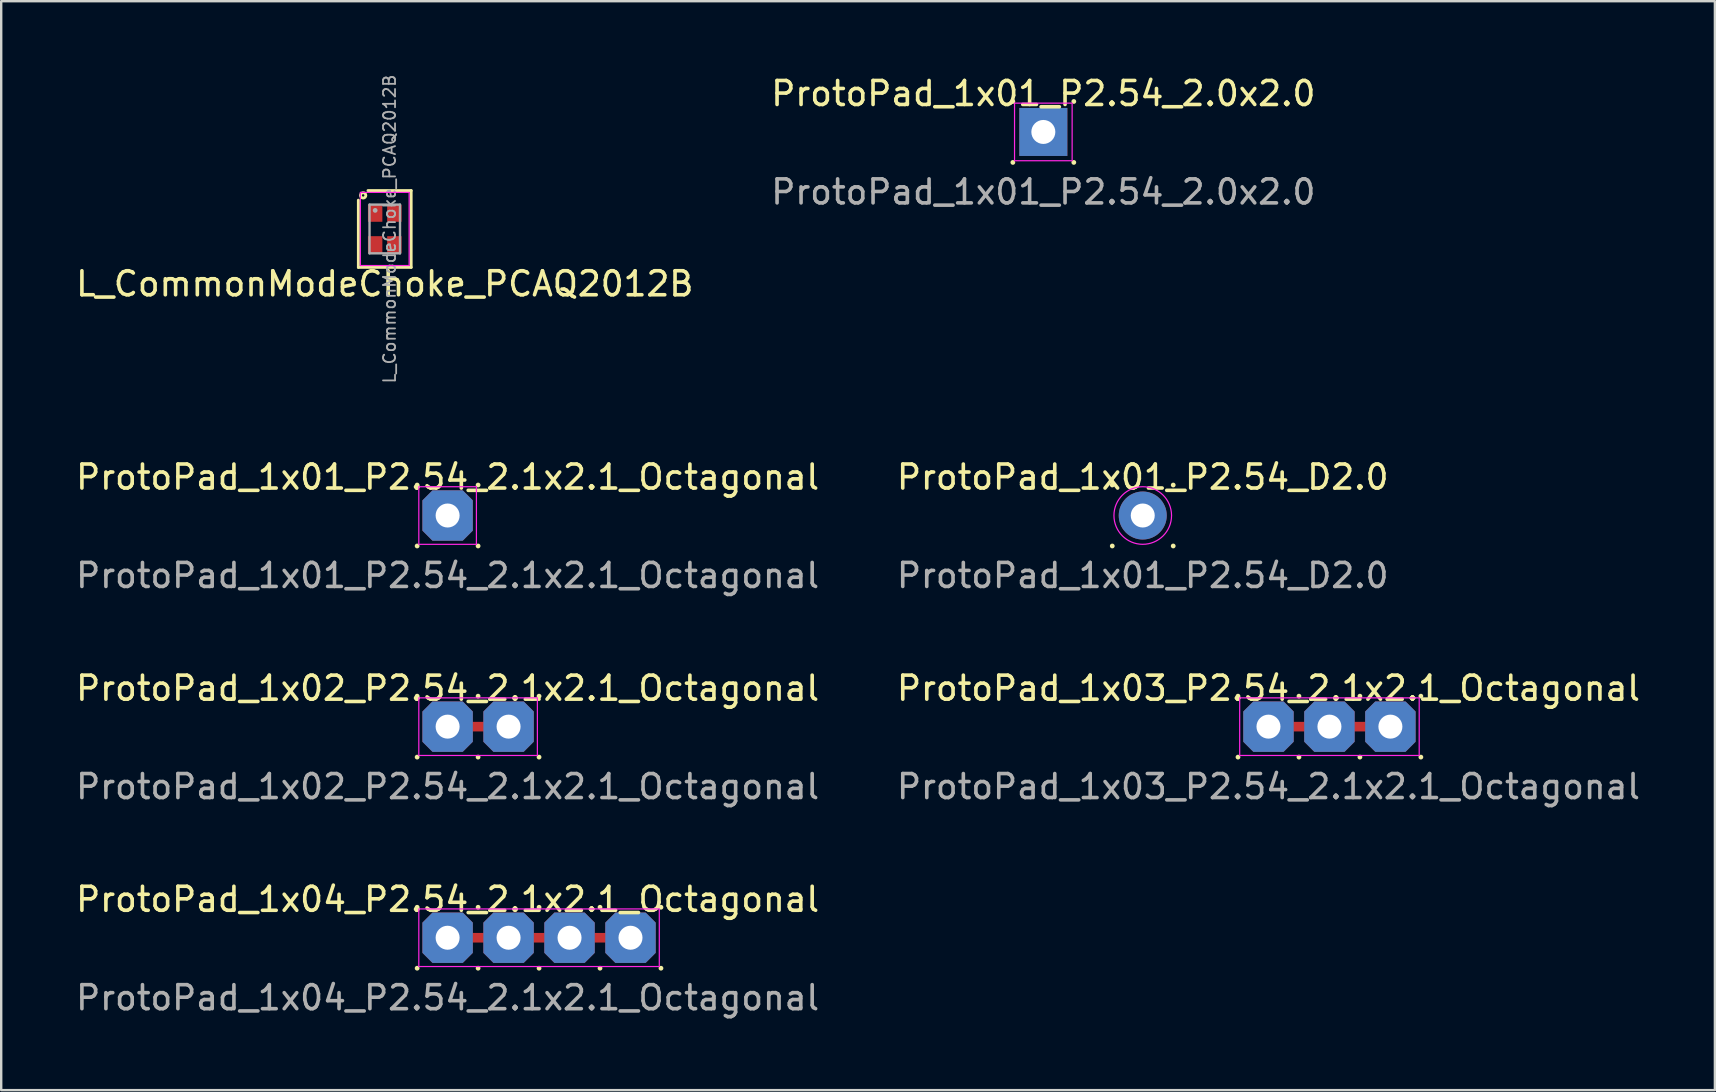
<source format=kicad_pcb>
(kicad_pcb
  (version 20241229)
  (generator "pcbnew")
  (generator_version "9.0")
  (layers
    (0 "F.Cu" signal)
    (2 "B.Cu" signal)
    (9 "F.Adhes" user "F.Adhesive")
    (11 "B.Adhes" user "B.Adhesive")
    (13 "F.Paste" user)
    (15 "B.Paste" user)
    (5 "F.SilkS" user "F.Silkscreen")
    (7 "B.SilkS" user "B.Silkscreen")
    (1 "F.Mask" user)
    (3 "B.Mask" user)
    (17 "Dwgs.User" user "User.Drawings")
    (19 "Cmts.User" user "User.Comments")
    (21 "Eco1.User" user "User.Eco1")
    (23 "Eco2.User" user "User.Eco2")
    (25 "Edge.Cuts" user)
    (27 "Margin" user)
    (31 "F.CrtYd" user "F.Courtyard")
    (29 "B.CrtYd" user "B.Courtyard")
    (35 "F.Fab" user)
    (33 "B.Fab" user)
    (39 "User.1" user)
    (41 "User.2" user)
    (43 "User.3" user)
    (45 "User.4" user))
  (footprint "ProtoPad_1x04_P2.54_2.1x2.1_Octagonal"
    (layer "F.Cu")
    (at 15.601 36.023)
    (property "Reference" "ProtoPad_1x04_P2.54_2.1x2.1_Octagonal" (at 0 -1.6 0) (unlocked yes) (layer "F.SilkS") (effects (font (size 1 1) (thickness 0.15))))
    (attr through_hole exclude_from_pos_files exclude_from_bom)
    (fp_circle (center -1.27 -1.27) (end -1.22 -1.27) (stroke (width 0.1) (type default)) (fill no) (layer "F.SilkS"))
    (fp_circle (center -1.27 1.27) (end -1.22 1.27) (stroke (width 0.1) (type default)) (fill no) (layer "F.SilkS"))
    (fp_circle (center 1.27 -1.27) (end 1.32 -1.27) (stroke (width 0.1) (type default)) (fill no) (layer "F.SilkS"))
    (fp_circle (center 1.27 1.27) (end 1.32 1.27) (stroke (width 0.1) (type default)) (fill no) (layer "F.SilkS"))
    (fp_circle (center 3.81 -1.27) (end 3.86 -1.27) (stroke (width 0.1) (type default)) (fill no) (layer "F.SilkS"))
    (fp_circle (center 3.81 1.27) (end 3.86 1.27) (stroke (width 0.1) (type default)) (fill no) (layer "F.SilkS"))
    (fp_circle (center 6.35 -1.27) (end 6.4 -1.27) (stroke (width 0.1) (type default)) (fill no) (layer "F.SilkS"))
    (fp_circle (center 6.35 1.27) (end 6.4 1.27) (stroke (width 0.1) (type default)) (fill no) (layer "F.SilkS"))
    (fp_circle (center 8.89 -1.27) (end 8.94 -1.27) (stroke (width 0.1) (type default)) (fill no) (layer "F.SilkS"))
    (fp_circle (center 8.89 1.27) (end 8.94 1.27) (stroke (width 0.1) (type default)) (fill no) (layer "F.SilkS"))
    (fp_rect (start -1.2 -1.2) (end 8.82 1.2) (stroke (width 0.05) (type default)) (fill no) (layer "F.CrtYd"))
    (fp_text user "${REFERENCE}" (at 0 2.5 0) (unlocked yes) (layer "F.Fab") (effects (font (size 1 1) (thickness 0.15))))
    (pad "1" thru_hole roundrect (at 0 0) (size 2.1 2.1) (drill 1) (layers "*.Cu" "*.Mask") (roundrect_rratio 0) (chamfer_ratio 0.2) (chamfer top_left top_right bottom_left bottom_right))
    (pad "1" smd rect (at 1.27 0) (size 0.8 0.4) (layers "F.Cu" "F.Mask" "F.Paste"))
    (pad "1" thru_hole roundrect (at 2.54 0) (size 2.1 2.1) (drill 1) (layers "*.Cu" "*.Mask") (roundrect_rratio 0) (chamfer_ratio 0.2) (chamfer top_left top_right bottom_left bottom_right))
    (pad "1" smd rect (at 3.81 0) (size 0.8 0.4) (layers "F.Cu" "F.Mask" "F.Paste"))
    (pad "1" thru_hole roundrect (at 5.08 0) (size 2.1 2.1) (drill 1) (layers "*.Cu" "*.Mask") (roundrect_rratio 0) (chamfer_ratio 0.2) (chamfer top_left top_right bottom_left bottom_right))
    (pad "1" smd rect (at 6.35 0) (size 0.8 0.4) (layers "F.Cu" "F.Mask" "F.Paste"))
    (pad "1" thru_hole roundrect (at 7.62 0) (size 2.1 2.1) (drill 1) (layers "*.Cu" "*.Mask") (roundrect_rratio 0) (chamfer_ratio 0.2) (chamfer top_left top_right bottom_left bottom_right))
    (zone (net_name "") (layers "F.Cu" "B.Cu" "F.Adhes") (hatch edge 0.5) (connect_pads) (min_thickness 0.25) (filled_areas_thickness no) (keepout (tracks allowed) (vias allowed) (pads allowed) (copperpour not_allowed) (footprints allowed)) (placement (enabled no)) (fill) (polygon (pts (xy 14.401 34.823) (xy 14.401 37.223) (xy 24.461 37.223) (xy 24.461 34.823)))))
  (footprint "L_CommonModeChoke_PCAQ2012B"
    (layer "F.Cu")
    (at 12.982 6.491)
    (property "Reference" "L_CommonModeChoke_PCAQ2012B" (at 0 2.286 0) (layer "F.SilkS") (effects (font (size 1 1) (thickness 0.15))))
    (attr smd)
    (fp_line (start -1.1 -1.2) (end -1.1 1.6) (stroke (width 0.12) (type solid)) (layer "F.SilkS"))
    (fp_line (start -1.1 1.6) (end 1.1 1.6) (stroke (width 0.12) (type solid)) (layer "F.SilkS"))
    (fp_line (start 1.1 -1.6) (end -0.7 -1.6) (stroke (width 0.12) (type solid)) (layer "F.SilkS"))
    (fp_line (start 1.1 1.6) (end 1.1 -1.6) (stroke (width 0.12) (type solid)) (layer "F.SilkS"))
    (fp_circle (center -0.9 -1.4) (end -0.849 -1.4) (stroke (width 0.12) (type solid)) (fill no) (layer "F.SilkS"))
    (fp_line (start -1.016 -1.524) (end 1.016 -1.524) (stroke (width 0.05) (type solid)) (layer "F.CrtYd"))
    (fp_line (start -1.016 1.524) (end -1.016 -1.524) (stroke (width 0.05) (type solid)) (layer "F.CrtYd"))
    (fp_line (start -1.016 1.524) (end 1.016 1.524) (stroke (width 0.05) (type solid)) (layer "F.CrtYd"))
    (fp_line (start 1.016 1.524) (end 1.016 -1.524) (stroke (width 0.05) (type solid)) (layer "F.CrtYd"))
    (fp_line (start -0.635 -1.015) (end -0.635 1.015) (stroke (width 0.1) (type solid)) (layer "F.Fab"))
    (fp_line (start -0.635 -1.015) (end 0.635 -1.015) (stroke (width 0.1) (type solid)) (layer "F.Fab"))
    (fp_line (start -0.635 1.015) (end 0.635 1.015) (stroke (width 0.1) (type solid)) (layer "F.Fab"))
    (fp_line (start 0.635 -1.015) (end 0.635 1.015) (stroke (width 0.1) (type solid)) (layer "F.Fab"))
    (fp_circle (center -0.4 -0.775) (end -0.35 -0.775) (stroke (width 0.1) (type solid)) (fill no) (layer "F.Fab"))
    (fp_text user "${REFERENCE}" (at 0.2 0 90) (layer "F.Fab") (effects (font (size 0.5 0.5) (thickness 0.075))))
    (pad "1" smd rect (at -0.4 -0.65) (size 0.6 0.7) (layers "F.Cu" "F.Mask" "F.Paste"))
    (pad "2" smd rect (at -0.4 0.65) (size 0.6 0.7) (layers "F.Cu" "F.Mask" "F.Paste"))
    (pad "3" smd rect (at 0.4 0.65) (size 0.6 0.7) (layers "F.Cu" "F.Mask" "F.Paste"))
    (pad "4" smd rect (at 0.4 -0.65) (size 0.6 0.7) (layers "F.Cu" "F.Mask" "F.Paste")))
  (footprint "ProtoPad_1x01_P2.54_2.1x2.1_Octagonal"
    (layer "F.Cu")
    (at 15.601 18.43)
    (property "Reference" "ProtoPad_1x01_P2.54_2.1x2.1_Octagonal" (at 0 -1.6 0) (unlocked yes) (layer "F.SilkS") (effects (font (size 1 1) (thickness 0.15))))
    (attr through_hole exclude_from_pos_files exclude_from_bom)
    (fp_circle (center -1.27 -1.27) (end -1.22 -1.27) (stroke (width 0.1) (type default)) (fill no) (layer "F.SilkS"))
    (fp_circle (center -1.27 1.27) (end -1.22 1.27) (stroke (width 0.1) (type default)) (fill no) (layer "F.SilkS"))
    (fp_circle (center 1.27 -1.27) (end 1.32 -1.27) (stroke (width 0.1) (type default)) (fill no) (layer "F.SilkS"))
    (fp_circle (center 1.27 1.27) (end 1.32 1.27) (stroke (width 0.1) (type default)) (fill no) (layer "F.SilkS"))
    (fp_rect (start -1.2 -1.2) (end 1.2 1.2) (stroke (width 0.05) (type default)) (fill no) (layer "F.CrtYd"))
    (fp_text user "${REFERENCE}" (at 0 2.5 0) (unlocked yes) (layer "F.Fab") (effects (font (size 1 1) (thickness 0.15))))
    (pad "1" thru_hole roundrect (at 0 0) (size 2.1 2.1) (drill 1) (layers "*.Cu" "*.Mask") (roundrect_rratio 0) (chamfer_ratio 0.2) (chamfer top_left top_right bottom_left bottom_right))
    (zone (net_name "") (layers "F.Cu" "B.Cu" "F.Adhes") (hatch edge 0.5) (connect_pads) (min_thickness 0.25) (filled_areas_thickness no) (keepout (tracks allowed) (vias allowed) (pads allowed) (copperpour not_allowed) (footprints allowed)) (placement (enabled no)) (fill) (polygon (pts (xy 14.401 17.23) (xy 16.801 17.23) (xy 16.801 19.63) (xy 14.401 19.63)))))
  (footprint "ProtoPad_1x02_P2.54_2.1x2.1_Octagonal"
    (layer "F.Cu")
    (at 15.601 27.227)
    (property "Reference" "ProtoPad_1x02_P2.54_2.1x2.1_Octagonal" (at 0 -1.6 0) (unlocked yes) (layer "F.SilkS") (effects (font (size 1 1) (thickness 0.15))))
    (attr through_hole exclude_from_pos_files exclude_from_bom)
    (fp_circle (center -1.27 -1.27) (end -1.22 -1.27) (stroke (width 0.1) (type default)) (fill no) (layer "F.SilkS"))
    (fp_circle (center -1.27 1.27) (end -1.22 1.27) (stroke (width 0.1) (type default)) (fill no) (layer "F.SilkS"))
    (fp_circle (center 1.27 -1.27) (end 1.32 -1.27) (stroke (width 0.1) (type default)) (fill no) (layer "F.SilkS"))
    (fp_circle (center 1.27 1.27) (end 1.32 1.27) (stroke (width 0.1) (type default)) (fill no) (layer "F.SilkS"))
    (fp_circle (center 3.81 -1.27) (end 3.86 -1.27) (stroke (width 0.1) (type default)) (fill no) (layer "F.SilkS"))
    (fp_circle (center 3.81 1.27) (end 3.86 1.27) (stroke (width 0.1) (type default)) (fill no) (layer "F.SilkS"))
    (fp_rect (start -1.2 -1.2) (end 3.74 1.2) (stroke (width 0.05) (type default)) (fill no) (layer "F.CrtYd"))
    (fp_text user "${REFERENCE}" (at 0 2.5 0) (unlocked yes) (layer "F.Fab") (effects (font (size 1 1) (thickness 0.15))))
    (pad "1" thru_hole roundrect (at 0 0 90) (size 2.1 2.1) (drill 1) (layers "*.Cu" "*.Mask") (roundrect_rratio 0) (chamfer_ratio 0.2) (chamfer top_left top_right bottom_left bottom_right))
    (pad "1" smd rect (at 1.27 0) (size 0.8 0.4) (layers "F.Cu" "F.Mask" "F.Paste"))
    (pad "1" thru_hole roundrect (at 2.54 0) (size 2.1 2.1) (drill 1) (layers "*.Cu" "*.Mask") (roundrect_rratio 0) (chamfer_ratio 0.2) (chamfer top_left top_right bottom_left bottom_right))
    (zone (net_name "") (layers "F.Cu" "B.Cu" "F.Adhes") (hatch edge 0.5) (connect_pads) (min_thickness 0.25) (filled_areas_thickness no) (keepout (tracks allowed) (vias allowed) (pads allowed) (copperpour not_allowed) (footprints allowed)) (placement (enabled no)) (fill) (polygon (pts (xy 14.401 26.027) (xy 19.401 26.027) (xy 19.401 28.427) (xy 14.401 28.427)))))
  (footprint "ProtoPad_1x03_P2.54_2.1x2.1_Octagonal"
    (layer "F.Cu")
    (at 49.804 27.227)
    (property "Reference" "ProtoPad_1x03_P2.54_2.1x2.1_Octagonal" (at 0 -1.6 0) (unlocked yes) (layer "F.SilkS") (effects (font (size 1 1) (thickness 0.15))))
    (attr through_hole exclude_from_pos_files exclude_from_bom)
    (fp_circle (center -1.27 -1.27) (end -1.22 -1.27) (stroke (width 0.1) (type default)) (fill no) (layer "F.SilkS"))
    (fp_circle (center -1.27 1.27) (end -1.22 1.27) (stroke (width 0.1) (type default)) (fill no) (layer "F.SilkS"))
    (fp_circle (center 1.27 -1.27) (end 1.32 -1.27) (stroke (width 0.1) (type default)) (fill no) (layer "F.SilkS"))
    (fp_circle (center 1.27 1.27) (end 1.32 1.27) (stroke (width 0.1) (type default)) (fill no) (layer "F.SilkS"))
    (fp_circle (center 3.81 -1.27) (end 3.86 -1.27) (stroke (width 0.1) (type default)) (fill no) (layer "F.SilkS"))
    (fp_circle (center 3.81 1.27) (end 3.86 1.27) (stroke (width 0.1) (type default)) (fill no) (layer "F.SilkS"))
    (fp_circle (center 6.35 -1.27) (end 6.4 -1.27) (stroke (width 0.1) (type default)) (fill no) (layer "F.SilkS"))
    (fp_circle (center 6.35 1.27) (end 6.4 1.27) (stroke (width 0.1) (type default)) (fill no) (layer "F.SilkS"))
    (fp_rect (start -1.2 -1.2) (end 6.28 1.2) (stroke (width 0.05) (type default)) (fill no) (layer "F.CrtYd"))
    (fp_text user "${REFERENCE}" (at 0 2.5 0) (unlocked yes) (layer "F.Fab") (effects (font (size 1 1) (thickness 0.15))))
    (pad "1" thru_hole roundrect (at 0 0) (size 2.1 2.1) (drill 1) (layers "*.Cu" "*.Mask") (roundrect_rratio 0) (chamfer_ratio 0.2) (chamfer top_left top_right bottom_left bottom_right))
    (pad "1" smd rect (at 1.27 0) (size 0.8 0.4) (layers "F.Cu" "F.Mask" "F.Paste"))
    (pad "1" thru_hole roundrect (at 2.54 0) (size 2.1 2.1) (drill 1) (layers "*.Cu" "*.Mask") (roundrect_rratio 0) (chamfer_ratio 0.2) (chamfer top_left top_right bottom_left bottom_right))
    (pad "1" smd rect (at 3.81 0) (size 0.8 0.4) (layers "F.Cu" "F.Mask" "F.Paste"))
    (pad "1" thru_hole roundrect (at 5.08 0) (size 2.1 2.1) (drill 1) (layers "*.Cu" "*.Mask") (roundrect_rratio 0) (chamfer_ratio 0.2) (chamfer top_left top_right bottom_left bottom_right))
    (zone (net_name "") (layers "F.Cu" "B.Cu" "F.Adhes") (hatch edge 0.5) (connect_pads) (min_thickness 0.25) (filled_areas_thickness no) (keepout (tracks allowed) (vias allowed) (pads allowed) (copperpour not_allowed) (footprints allowed)) (placement (enabled no)) (fill) (polygon (pts (xy 48.604 26.027) (xy 56.104 26.027) (xy 56.104 28.427) (xy 48.604 28.427)))))
  (footprint "ProtoPad_1x01_P2.54_2.0x2.0"
    (layer "F.Cu")
    (at 40.423 2.448)
    (property "Reference" "ProtoPad_1x01_P2.54_2.0x2.0" (at 0 -1.6 0) (unlocked yes) (layer "F.SilkS") (effects (font (size 1 1) (thickness 0.15))))
    (attr through_hole exclude_from_pos_files exclude_from_bom)
    (fp_circle (center -1.27 -1.27) (end -1.22 -1.27) (stroke (width 0.1) (type default)) (fill no) (layer "F.SilkS"))
    (fp_circle (center -1.27 1.27) (end -1.22 1.27) (stroke (width 0.1) (type default)) (fill no) (layer "F.SilkS"))
    (fp_circle (center 1.27 -1.27) (end 1.32 -1.27) (stroke (width 0.1) (type default)) (fill no) (layer "F.SilkS"))
    (fp_circle (center 1.27 1.27) (end 1.32 1.27) (stroke (width 0.1) (type default)) (fill no) (layer "F.SilkS"))
    (fp_rect (start -1.2 -1.2) (end 1.2 1.2) (stroke (width 0.05) (type default)) (fill no) (layer "F.CrtYd"))
    (fp_text user "${REFERENCE}" (at 0 2.5 0) (unlocked yes) (layer "F.Fab") (effects (font (size 1 1) (thickness 0.15))))
    (pad "1" thru_hole rect (at 0 0) (size 2 2) (drill 1) (layers "*.Cu" "*.Mask")))
  (footprint "ProtoPad_1x01_P2.54_D2.0"
    (layer "F.Cu")
    (at 44.565 18.43)
    (property "Reference" "ProtoPad_1x01_P2.54_D2.0" (at 0 -1.6 0) (unlocked yes) (layer "F.SilkS") (effects (font (size 1 1) (thickness 0.15))))
    (attr through_hole exclude_from_pos_files exclude_from_bom)
    (fp_circle (center -1.27 -1.27) (end -1.22 -1.27) (stroke (width 0.1) (type default)) (fill no) (layer "F.SilkS"))
    (fp_circle (center -1.27 1.27) (end -1.22 1.27) (stroke (width 0.1) (type default)) (fill no) (layer "F.SilkS"))
    (fp_circle (center 1.27 -1.27) (end 1.32 -1.27) (stroke (width 0.1) (type default)) (fill no) (layer "F.SilkS"))
    (fp_circle (center 1.27 1.27) (end 1.32 1.27) (stroke (width 0.1) (type default)) (fill no) (layer "F.SilkS"))
    (fp_circle (center 0 0) (end 1.2 0) (stroke (width 0.05) (type default)) (fill no) (layer "F.CrtYd"))
    (fp_text user "${REFERENCE}" (at 0 2.5 0) (unlocked yes) (layer "F.Fab") (effects (font (size 1 1) (thickness 0.15))))
    (pad "1" thru_hole circle (at 0 0) (size 2 2) (drill 1) (layers "*.Cu" "*.Mask")))
  (gr_rect
    (start -3 -3)
    (end 68.405 42.372)
    (stroke (width 0.1) (type default))
    (fill no)
    (layer "Edge.Cuts")))
</source>
